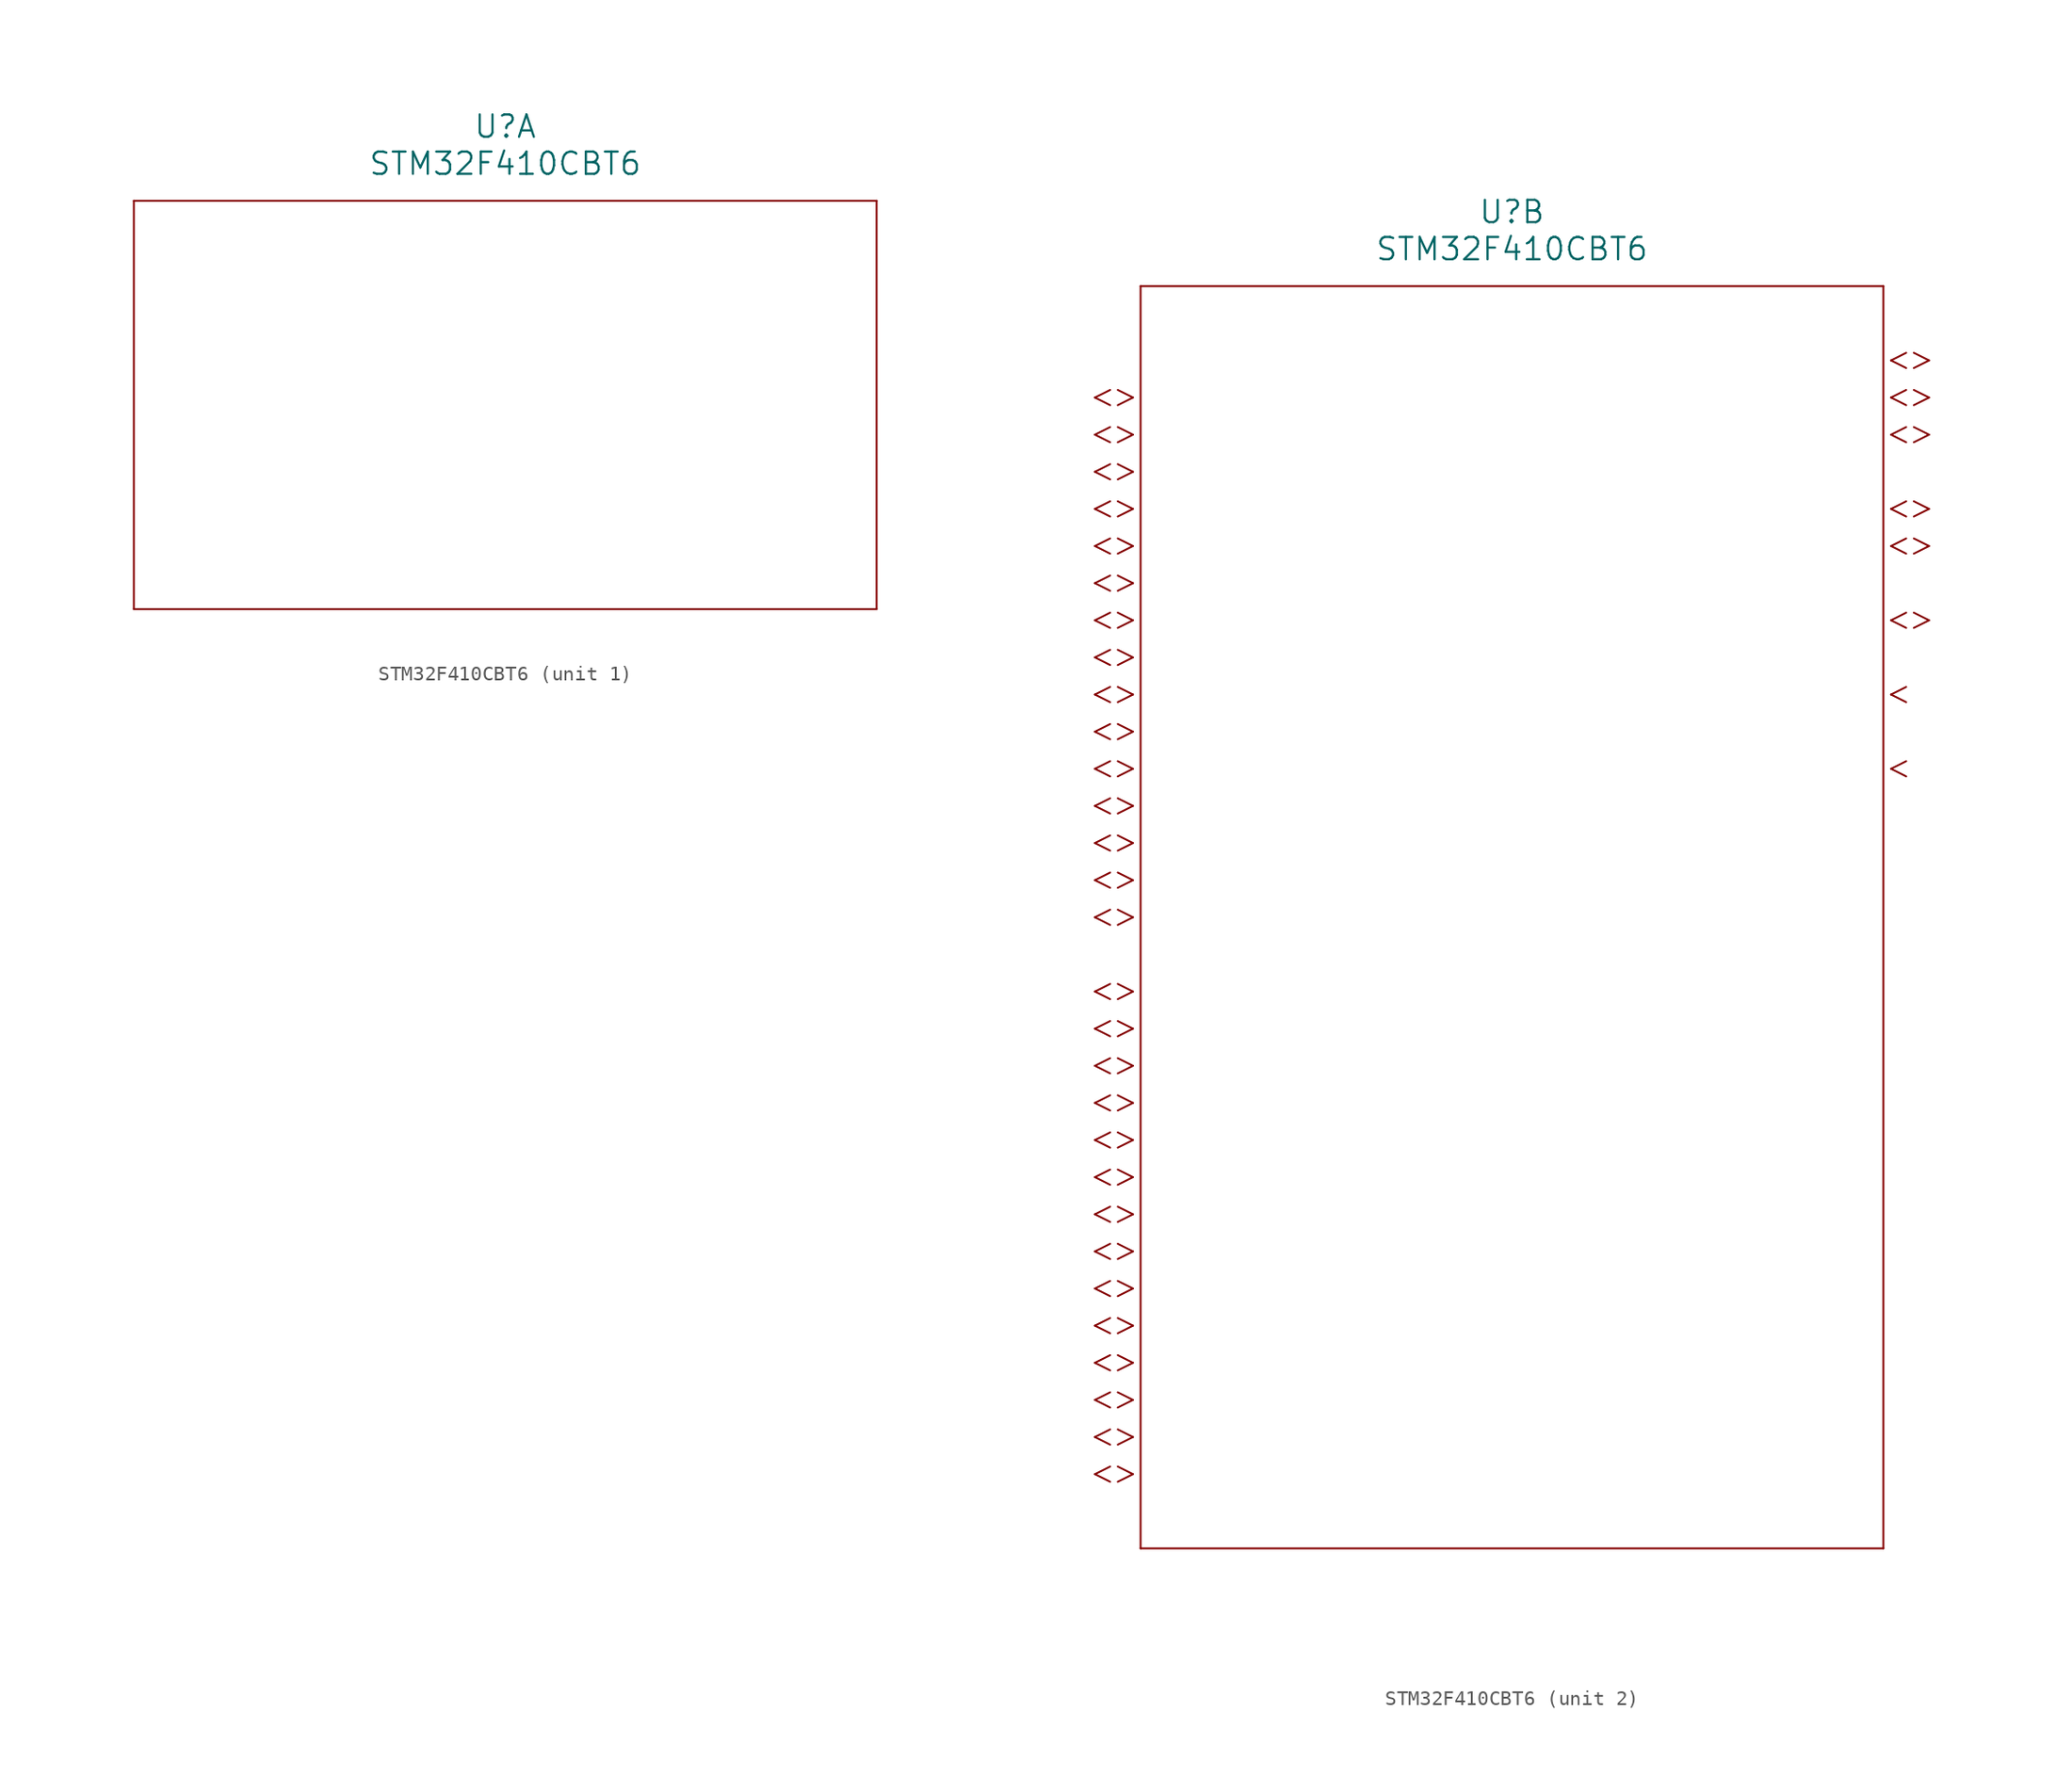
<source format=kicad_sym>
(kicad_symbol_lib
  (version 20241209)
  (generator "kicad_symbol_editor")
  (generator_version "9.0")
  (symbol "STM32F410CBT6"
    (pin_names
      (offset 0.254))
    (property "Reference" "U"
      (at 33.02 10.16 0)
      (effects (font (size 1.524 1.524))))
    (property "Value" "STM32F410CBT6"
      (at 33.02 7.62 0)
      (effects (font (size 1.524 1.524))))
    (property "ki_locked" ""
      (at 0 0 0)
      (effects (font (size 1.27 1.27))))
    (symbol "STM32F410CBT6_1_1"
      (polyline (pts (xy 7.62 5.08) (xy 7.62 -22.86)) (stroke (width 0.127) (type default)) (fill (type none)))
      (polyline (pts (xy 7.62 -22.86) (xy 58.42 -22.86)) (stroke (width 0.127) (type default)) (fill (type none)))
      (polyline (pts (xy 58.42 5.08) (xy 7.62 5.08)) (stroke (width 0.127) (type default)) (fill (type none)))
      (polyline (pts (xy 58.42 -22.86) (xy 58.42 5.08)) (stroke (width 0.127) (type default)) (fill (type none))))
    (symbol "STM32F410CBT6_2_1"
      (polyline (pts (xy 5.537 -2.019) (xy 4.496 -2.54)) (stroke (width 0.127) (type default)) (fill (type none)))
      (polyline (pts (xy 5.537 -3.061) (xy 4.496 -2.54)) (stroke (width 0.127) (type default)) (fill (type none)))
      (polyline (pts (xy 5.537 -4.559) (xy 4.496 -5.08)) (stroke (width 0.127) (type default)) (fill (type none)))
      (polyline (pts (xy 5.537 -5.601) (xy 4.496 -5.08)) (stroke (width 0.127) (type default)) (fill (type none)))
      (polyline (pts (xy 5.537 -7.099) (xy 4.496 -7.62)) (stroke (width 0.127) (type default)) (fill (type none)))
      (polyline (pts (xy 5.537 -8.141) (xy 4.496 -7.62)) (stroke (width 0.127) (type default)) (fill (type none)))
      (polyline (pts (xy 5.537 -9.639) (xy 4.496 -10.16)) (stroke (width 0.127) (type default)) (fill (type none)))
      (polyline (pts (xy 5.537 -10.681) (xy 4.496 -10.16)) (stroke (width 0.127) (type default)) (fill (type none)))
      (polyline (pts (xy 5.537 -12.179) (xy 4.496 -12.7)) (stroke (width 0.127) (type default)) (fill (type none)))
      (polyline (pts (xy 5.537 -13.221) (xy 4.496 -12.7)) (stroke (width 0.127) (type default)) (fill (type none)))
      (polyline (pts (xy 5.537 -14.719) (xy 4.496 -15.24)) (stroke (width 0.127) (type default)) (fill (type none)))
      (polyline (pts (xy 5.537 -15.761) (xy 4.496 -15.24)) (stroke (width 0.127) (type default)) (fill (type none)))
      (polyline (pts (xy 5.537 -17.259) (xy 4.496 -17.78)) (stroke (width 0.127) (type default)) (fill (type none)))
      (polyline (pts (xy 5.537 -18.301) (xy 4.496 -17.78)) (stroke (width 0.127) (type default)) (fill (type none)))
      (polyline (pts (xy 5.537 -19.799) (xy 4.496 -20.32)) (stroke (width 0.127) (type default)) (fill (type none)))
      (polyline (pts (xy 5.537 -20.841) (xy 4.496 -20.32)) (stroke (width 0.127) (type default)) (fill (type none)))
      (polyline (pts (xy 5.537 -22.339) (xy 4.496 -22.86)) (stroke (width 0.127) (type default)) (fill (type none)))
      (polyline (pts (xy 5.537 -23.381) (xy 4.496 -22.86)) (stroke (width 0.127) (type default)) (fill (type none)))
      (polyline (pts (xy 5.537 -24.879) (xy 4.496 -25.4)) (stroke (width 0.127) (type default)) (fill (type none)))
      (polyline (pts (xy 5.537 -25.921) (xy 4.496 -25.4)) (stroke (width 0.127) (type default)) (fill (type none)))
      (polyline (pts (xy 5.537 -27.419) (xy 4.496 -27.94)) (stroke (width 0.127) (type default)) (fill (type none)))
      (polyline (pts (xy 5.537 -28.461) (xy 4.496 -27.94)) (stroke (width 0.127) (type default)) (fill (type none)))
      (polyline (pts (xy 5.537 -29.959) (xy 4.496 -30.48)) (stroke (width 0.127) (type default)) (fill (type none)))
      (polyline (pts (xy 5.537 -31.001) (xy 4.496 -30.48)) (stroke (width 0.127) (type default)) (fill (type none)))
      (polyline (pts (xy 5.537 -32.499) (xy 4.496 -33.02)) (stroke (width 0.127) (type default)) (fill (type none)))
      (polyline (pts (xy 5.537 -33.541) (xy 4.496 -33.02)) (stroke (width 0.127) (type default)) (fill (type none)))
      (polyline (pts (xy 5.537 -35.039) (xy 4.496 -35.56)) (stroke (width 0.127) (type default)) (fill (type none)))
      (polyline (pts (xy 5.537 -36.081) (xy 4.496 -35.56)) (stroke (width 0.127) (type default)) (fill (type none)))
      (polyline (pts (xy 5.537 -37.579) (xy 4.496 -38.1)) (stroke (width 0.127) (type default)) (fill (type none)))
      (polyline (pts (xy 5.537 -38.621) (xy 4.496 -38.1)) (stroke (width 0.127) (type default)) (fill (type none)))
      (polyline (pts (xy 5.537 -42.659) (xy 4.496 -43.18)) (stroke (width 0.127) (type default)) (fill (type none)))
      (polyline (pts (xy 5.537 -43.701) (xy 4.496 -43.18)) (stroke (width 0.127) (type default)) (fill (type none)))
      (polyline (pts (xy 5.537 -45.199) (xy 4.496 -45.72)) (stroke (width 0.127) (type default)) (fill (type none)))
      (polyline (pts (xy 5.537 -46.241) (xy 4.496 -45.72)) (stroke (width 0.127) (type default)) (fill (type none)))
      (polyline (pts (xy 5.537 -47.739) (xy 4.496 -48.26)) (stroke (width 0.127) (type default)) (fill (type none)))
      (polyline (pts (xy 5.537 -48.781) (xy 4.496 -48.26)) (stroke (width 0.127) (type default)) (fill (type none)))
      (polyline (pts (xy 5.537 -50.279) (xy 4.496 -50.8)) (stroke (width 0.127) (type default)) (fill (type none)))
      (polyline (pts (xy 5.537 -51.321) (xy 4.496 -50.8)) (stroke (width 0.127) (type default)) (fill (type none)))
      (polyline (pts (xy 5.537 -52.819) (xy 4.496 -53.34)) (stroke (width 0.127) (type default)) (fill (type none)))
      (polyline (pts (xy 5.537 -53.861) (xy 4.496 -53.34)) (stroke (width 0.127) (type default)) (fill (type none)))
      (polyline (pts (xy 5.537 -55.359) (xy 4.496 -55.88)) (stroke (width 0.127) (type default)) (fill (type none)))
      (polyline (pts (xy 5.537 -56.401) (xy 4.496 -55.88)) (stroke (width 0.127) (type default)) (fill (type none)))
      (polyline (pts (xy 5.537 -57.899) (xy 4.496 -58.42)) (stroke (width 0.127) (type default)) (fill (type none)))
      (polyline (pts (xy 5.537 -58.941) (xy 4.496 -58.42)) (stroke (width 0.127) (type default)) (fill (type none)))
      (polyline (pts (xy 5.537 -60.439) (xy 4.496 -60.96)) (stroke (width 0.127) (type default)) (fill (type none)))
      (polyline (pts (xy 5.537 -61.481) (xy 4.496 -60.96)) (stroke (width 0.127) (type default)) (fill (type none)))
      (polyline (pts (xy 5.537 -62.979) (xy 4.496 -63.5)) (stroke (width 0.127) (type default)) (fill (type none)))
      (polyline (pts (xy 5.537 -64.021) (xy 4.496 -63.5)) (stroke (width 0.127) (type default)) (fill (type none)))
      (polyline (pts (xy 5.537 -65.519) (xy 4.496 -66.04)) (stroke (width 0.127) (type default)) (fill (type none)))
      (polyline (pts (xy 5.537 -66.561) (xy 4.496 -66.04)) (stroke (width 0.127) (type default)) (fill (type none)))
      (polyline (pts (xy 5.537 -68.059) (xy 4.496 -68.58)) (stroke (width 0.127) (type default)) (fill (type none)))
      (polyline (pts (xy 5.537 -69.101) (xy 4.496 -68.58)) (stroke (width 0.127) (type default)) (fill (type none)))
      (polyline (pts (xy 5.537 -70.599) (xy 4.496 -71.12)) (stroke (width 0.127) (type default)) (fill (type none)))
      (polyline (pts (xy 5.537 -71.641) (xy 4.496 -71.12)) (stroke (width 0.127) (type default)) (fill (type none)))
      (polyline (pts (xy 5.537 -73.139) (xy 4.496 -73.66)) (stroke (width 0.127) (type default)) (fill (type none)))
      (polyline (pts (xy 5.537 -74.181) (xy 4.496 -73.66)) (stroke (width 0.127) (type default)) (fill (type none)))
      (polyline (pts (xy 5.537 -75.679) (xy 4.496 -76.2)) (stroke (width 0.127) (type default)) (fill (type none)))
      (polyline (pts (xy 5.537 -76.721) (xy 4.496 -76.2)) (stroke (width 0.127) (type default)) (fill (type none)))
      (polyline (pts (xy 7.099 -2.54) (xy 6.058 -2.019)) (stroke (width 0.127) (type default)) (fill (type none)))
      (polyline (pts (xy 7.099 -2.54) (xy 6.058 -3.061)) (stroke (width 0.127) (type default)) (fill (type none)))
      (polyline (pts (xy 7.099 -5.08) (xy 6.058 -4.559)) (stroke (width 0.127) (type default)) (fill (type none)))
      (polyline (pts (xy 7.099 -5.08) (xy 6.058 -5.601)) (stroke (width 0.127) (type default)) (fill (type none)))
      (polyline (pts (xy 7.099 -7.62) (xy 6.058 -7.099)) (stroke (width 0.127) (type default)) (fill (type none)))
      (polyline (pts (xy 7.099 -7.62) (xy 6.058 -8.141)) (stroke (width 0.127) (type default)) (fill (type none)))
      (polyline (pts (xy 7.099 -10.16) (xy 6.058 -9.639)) (stroke (width 0.127) (type default)) (fill (type none)))
      (polyline (pts (xy 7.099 -10.16) (xy 6.058 -10.681)) (stroke (width 0.127) (type default)) (fill (type none)))
      (polyline (pts (xy 7.099 -12.7) (xy 6.058 -12.179)) (stroke (width 0.127) (type default)) (fill (type none)))
      (polyline (pts (xy 7.099 -12.7) (xy 6.058 -13.221)) (stroke (width 0.127) (type default)) (fill (type none)))
      (polyline (pts (xy 7.099 -15.24) (xy 6.058 -14.719)) (stroke (width 0.127) (type default)) (fill (type none)))
      (polyline (pts (xy 7.099 -15.24) (xy 6.058 -15.761)) (stroke (width 0.127) (type default)) (fill (type none)))
      (polyline (pts (xy 7.099 -17.78) (xy 6.058 -17.259)) (stroke (width 0.127) (type default)) (fill (type none)))
      (polyline (pts (xy 7.099 -17.78) (xy 6.058 -18.301)) (stroke (width 0.127) (type default)) (fill (type none)))
      (polyline (pts (xy 7.099 -20.32) (xy 6.058 -19.799)) (stroke (width 0.127) (type default)) (fill (type none)))
      (polyline (pts (xy 7.099 -20.32) (xy 6.058 -20.841)) (stroke (width 0.127) (type default)) (fill (type none)))
      (polyline (pts (xy 7.099 -22.86) (xy 6.058 -22.339)) (stroke (width 0.127) (type default)) (fill (type none)))
      (polyline (pts (xy 7.099 -22.86) (xy 6.058 -23.381)) (stroke (width 0.127) (type default)) (fill (type none)))
      (polyline (pts (xy 7.099 -25.4) (xy 6.058 -24.879)) (stroke (width 0.127) (type default)) (fill (type none)))
      (polyline (pts (xy 7.099 -25.4) (xy 6.058 -25.921)) (stroke (width 0.127) (type default)) (fill (type none)))
      (polyline (pts (xy 7.099 -27.94) (xy 6.058 -27.419)) (stroke (width 0.127) (type default)) (fill (type none)))
      (polyline (pts (xy 7.099 -27.94) (xy 6.058 -28.461)) (stroke (width 0.127) (type default)) (fill (type none)))
      (polyline (pts (xy 7.099 -30.48) (xy 6.058 -29.959)) (stroke (width 0.127) (type default)) (fill (type none)))
      (polyline (pts (xy 7.099 -30.48) (xy 6.058 -31.001)) (stroke (width 0.127) (type default)) (fill (type none)))
      (polyline (pts (xy 7.099 -33.02) (xy 6.058 -32.499)) (stroke (width 0.127) (type default)) (fill (type none)))
      (polyline (pts (xy 7.099 -33.02) (xy 6.058 -33.541)) (stroke (width 0.127) (type default)) (fill (type none)))
      (polyline (pts (xy 7.099 -35.56) (xy 6.058 -35.039)) (stroke (width 0.127) (type default)) (fill (type none)))
      (polyline (pts (xy 7.099 -35.56) (xy 6.058 -36.081)) (stroke (width 0.127) (type default)) (fill (type none)))
      (polyline (pts (xy 7.099 -38.1) (xy 6.058 -37.579)) (stroke (width 0.127) (type default)) (fill (type none)))
      (polyline (pts (xy 7.099 -38.1) (xy 6.058 -38.621)) (stroke (width 0.127) (type default)) (fill (type none)))
      (polyline (pts (xy 7.099 -43.18) (xy 6.058 -42.659)) (stroke (width 0.127) (type default)) (fill (type none)))
      (polyline (pts (xy 7.099 -43.18) (xy 6.058 -43.701)) (stroke (width 0.127) (type default)) (fill (type none)))
      (polyline (pts (xy 7.099 -45.72) (xy 6.058 -45.199)) (stroke (width 0.127) (type default)) (fill (type none)))
      (polyline (pts (xy 7.099 -45.72) (xy 6.058 -46.241)) (stroke (width 0.127) (type default)) (fill (type none)))
      (polyline (pts (xy 7.099 -48.26) (xy 6.058 -47.739)) (stroke (width 0.127) (type default)) (fill (type none)))
      (polyline (pts (xy 7.099 -48.26) (xy 6.058 -48.781)) (stroke (width 0.127) (type default)) (fill (type none)))
      (polyline (pts (xy 7.099 -50.8) (xy 6.058 -50.279)) (stroke (width 0.127) (type default)) (fill (type none)))
      (polyline (pts (xy 7.099 -50.8) (xy 6.058 -51.321)) (stroke (width 0.127) (type default)) (fill (type none)))
      (polyline (pts (xy 7.099 -53.34) (xy 6.058 -52.819)) (stroke (width 0.127) (type default)) (fill (type none)))
      (polyline (pts (xy 7.099 -53.34) (xy 6.058 -53.861)) (stroke (width 0.127) (type default)) (fill (type none)))
      (polyline (pts (xy 7.099 -55.88) (xy 6.058 -55.359)) (stroke (width 0.127) (type default)) (fill (type none)))
      (polyline (pts (xy 7.099 -55.88) (xy 6.058 -56.401)) (stroke (width 0.127) (type default)) (fill (type none)))
      (polyline (pts (xy 7.099 -58.42) (xy 6.058 -57.899)) (stroke (width 0.127) (type default)) (fill (type none)))
      (polyline (pts (xy 7.099 -58.42) (xy 6.058 -58.941)) (stroke (width 0.127) (type default)) (fill (type none)))
      (polyline (pts (xy 7.099 -60.96) (xy 6.058 -60.439)) (stroke (width 0.127) (type default)) (fill (type none)))
      (polyline (pts (xy 7.099 -60.96) (xy 6.058 -61.481)) (stroke (width 0.127) (type default)) (fill (type none)))
      (polyline (pts (xy 7.099 -63.5) (xy 6.058 -62.979)) (stroke (width 0.127) (type default)) (fill (type none)))
      (polyline (pts (xy 7.099 -63.5) (xy 6.058 -64.021)) (stroke (width 0.127) (type default)) (fill (type none)))
      (polyline (pts (xy 7.099 -66.04) (xy 6.058 -65.519)) (stroke (width 0.127) (type default)) (fill (type none)))
      (polyline (pts (xy 7.099 -66.04) (xy 6.058 -66.561)) (stroke (width 0.127) (type default)) (fill (type none)))
      (polyline (pts (xy 7.099 -68.58) (xy 6.058 -68.059)) (stroke (width 0.127) (type default)) (fill (type none)))
      (polyline (pts (xy 7.099 -68.58) (xy 6.058 -69.101)) (stroke (width 0.127) (type default)) (fill (type none)))
      (polyline (pts (xy 7.099 -71.12) (xy 6.058 -70.599)) (stroke (width 0.127) (type default)) (fill (type none)))
      (polyline (pts (xy 7.099 -71.12) (xy 6.058 -71.641)) (stroke (width 0.127) (type default)) (fill (type none)))
      (polyline (pts (xy 7.099 -73.66) (xy 6.058 -73.139)) (stroke (width 0.127) (type default)) (fill (type none)))
      (polyline (pts (xy 7.099 -73.66) (xy 6.058 -74.181)) (stroke (width 0.127) (type default)) (fill (type none)))
      (polyline (pts (xy 7.099 -76.2) (xy 6.058 -75.679)) (stroke (width 0.127) (type default)) (fill (type none)))
      (polyline (pts (xy 7.099 -76.2) (xy 6.058 -76.721)) (stroke (width 0.127) (type default)) (fill (type none)))
      (polyline (pts (xy 7.62 5.08) (xy 7.62 -81.28)) (stroke (width 0.127) (type default)) (fill (type none)))
      (polyline (pts (xy 7.62 -81.28) (xy 58.42 -81.28)) (stroke (width 0.127) (type default)) (fill (type none)))
      (polyline (pts (xy 58.42 5.08) (xy 7.62 5.08)) (stroke (width 0.127) (type default)) (fill (type none)))
      (polyline (pts (xy 58.42 -81.28) (xy 58.42 5.08)) (stroke (width 0.127) (type default)) (fill (type none)))
      (polyline (pts (xy 58.941 0) (xy 59.982 0.521)) (stroke (width 0.127) (type default)) (fill (type none)))
      (polyline (pts (xy 58.941 0) (xy 59.982 -0.521)) (stroke (width 0.127) (type default)) (fill (type none)))
      (polyline (pts (xy 58.941 -2.54) (xy 59.982 -2.019)) (stroke (width 0.127) (type default)) (fill (type none)))
      (polyline (pts (xy 58.941 -2.54) (xy 59.982 -3.061)) (stroke (width 0.127) (type default)) (fill (type none)))
      (polyline (pts (xy 58.941 -5.08) (xy 59.982 -4.559)) (stroke (width 0.127) (type default)) (fill (type none)))
      (polyline (pts (xy 58.941 -5.08) (xy 59.982 -5.601)) (stroke (width 0.127) (type default)) (fill (type none)))
      (polyline (pts (xy 58.941 -10.16) (xy 59.982 -9.639)) (stroke (width 0.127) (type default)) (fill (type none)))
      (polyline (pts (xy 58.941 -10.16) (xy 59.982 -10.681)) (stroke (width 0.127) (type default)) (fill (type none)))
      (polyline (pts (xy 58.941 -12.7) (xy 59.982 -12.179)) (stroke (width 0.127) (type default)) (fill (type none)))
      (polyline (pts (xy 58.941 -12.7) (xy 59.982 -13.221)) (stroke (width 0.127) (type default)) (fill (type none)))
      (polyline (pts (xy 58.941 -17.78) (xy 59.982 -17.259)) (stroke (width 0.127) (type default)) (fill (type none)))
      (polyline (pts (xy 58.941 -17.78) (xy 59.982 -18.301)) (stroke (width 0.127) (type default)) (fill (type none)))
      (polyline (pts (xy 58.941 -22.86) (xy 59.982 -22.339)) (stroke (width 0.127) (type default)) (fill (type none)))
      (polyline (pts (xy 58.941 -22.86) (xy 59.982 -23.381)) (stroke (width 0.127) (type default)) (fill (type none)))
      (polyline (pts (xy 58.941 -27.94) (xy 59.982 -27.419)) (stroke (width 0.127) (type default)) (fill (type none)))
      (polyline (pts (xy 58.941 -27.94) (xy 59.982 -28.461)) (stroke (width 0.127) (type default)) (fill (type none)))
      (polyline (pts (xy 60.503 0.521) (xy 61.544 0)) (stroke (width 0.127) (type default)) (fill (type none)))
      (polyline (pts (xy 60.503 -0.521) (xy 61.544 0)) (stroke (width 0.127) (type default)) (fill (type none)))
      (polyline (pts (xy 60.503 -2.019) (xy 61.544 -2.54)) (stroke (width 0.127) (type default)) (fill (type none)))
      (polyline (pts (xy 60.503 -3.061) (xy 61.544 -2.54)) (stroke (width 0.127) (type default)) (fill (type none)))
      (polyline (pts (xy 60.503 -4.559) (xy 61.544 -5.08)) (stroke (width 0.127) (type default)) (fill (type none)))
      (polyline (pts (xy 60.503 -5.601) (xy 61.544 -5.08)) (stroke (width 0.127) (type default)) (fill (type none)))
      (polyline (pts (xy 60.503 -9.639) (xy 61.544 -10.16)) (stroke (width 0.127) (type default)) (fill (type none)))
      (polyline (pts (xy 60.503 -10.681) (xy 61.544 -10.16)) (stroke (width 0.127) (type default)) (fill (type none)))
      (polyline (pts (xy 60.503 -12.179) (xy 61.544 -12.7)) (stroke (width 0.127) (type default)) (fill (type none)))
      (polyline (pts (xy 60.503 -13.221) (xy 61.544 -12.7)) (stroke (width 0.127) (type default)) (fill (type none)))
      (polyline (pts (xy 60.503 -17.259) (xy 61.544 -17.78)) (stroke (width 0.127) (type default)) (fill (type none)))
      (polyline (pts (xy 60.503 -18.301) (xy 61.544 -17.78)) (stroke (width 0.127) (type default)) (fill (type none))))))
</source>
